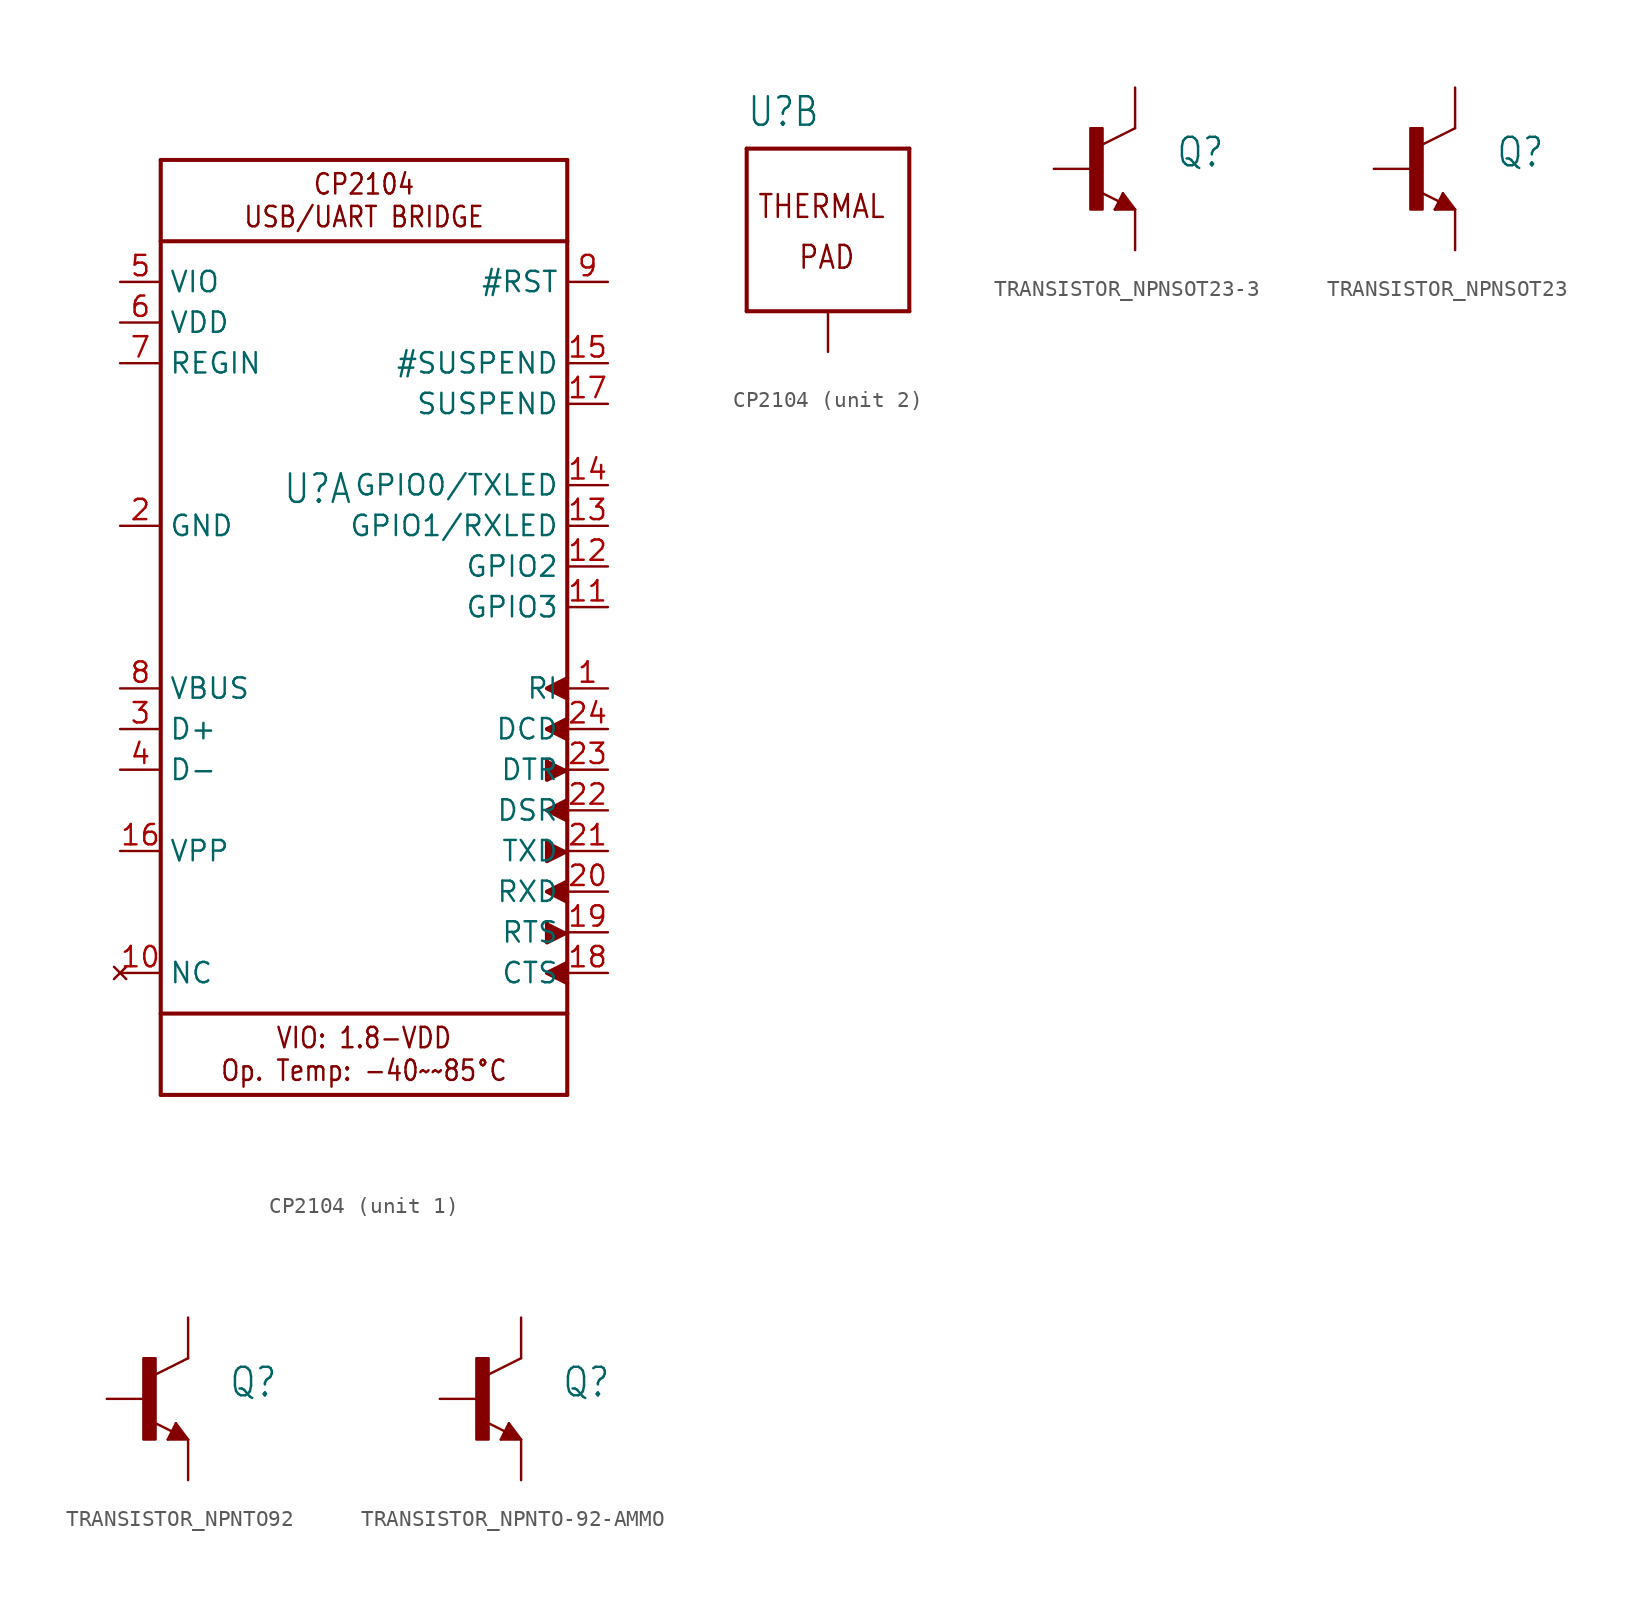
<source format=kicad_sym>
(kicad_symbol_lib
  (version 20220914)
  (generator kicad_symbol_editor)
  (symbol "CP2104"
    (property "Reference" "U"
      (at -5.08 6.35 0)
      (effects (font (size 1.778 1.511)) (justify left bottom)))
    (property "ki_locked" ""
      (at 0 0 0)
      (effects (font (size 1.27 1.27))))
    (symbol "CP2104_1_0"
      (polyline (pts (xy -12.7 -30.48) (xy 12.7 -30.48)) (stroke (width 0.254) (type solid)) (fill (type none)))
      (polyline (pts (xy -12.7 -25.4) (xy -12.7 -30.48)) (stroke (width 0.254) (type solid)) (fill (type none)))
      (polyline (pts (xy -12.7 -25.4) (xy -12.7 22.86)) (stroke (width 0.254) (type solid)) (fill (type none)))
      (polyline (pts (xy -12.7 22.86) (xy -12.7 27.94)) (stroke (width 0.254) (type solid)) (fill (type none)))
      (polyline (pts (xy -12.7 22.86) (xy 12.7 22.86)) (stroke (width 0.254) (type solid)) (fill (type none)))
      (polyline (pts (xy -12.7 27.94) (xy 12.7 27.94)) (stroke (width 0.254) (type solid)) (fill (type none)))
      (polyline (pts (xy 12.7 -30.48) (xy 12.7 -25.4)) (stroke (width 0.254) (type solid)) (fill (type none)))
      (polyline (pts (xy 12.7 -25.4) (xy -12.7 -25.4)) (stroke (width 0.254) (type solid)) (fill (type none)))
      (polyline (pts (xy 12.7 22.86) (xy 12.7 -25.4)) (stroke (width 0.254) (type solid)) (fill (type none)))
      (polyline (pts (xy 12.7 27.94) (xy 12.7 22.86)) (stroke (width 0.254) (type solid)) (fill (type none)))
      (polyline (pts (xy 11.43 -19.685) (xy 11.43 -20.955) (xy 12.7 -20.32)) (stroke (width 0.254) (type solid)) (fill (type outline)))
      (polyline (pts (xy 11.43 -14.605) (xy 11.43 -15.875) (xy 12.7 -15.24)) (stroke (width 0.254) (type solid)) (fill (type outline)))
      (polyline (pts (xy 11.43 -9.525) (xy 11.43 -10.795) (xy 12.7 -10.16)) (stroke (width 0.254) (type solid)) (fill (type outline)))
      (polyline (pts (xy 12.7 -22.225) (xy 11.43 -22.86) (xy 12.7 -23.495)) (stroke (width 0.254) (type solid)) (fill (type outline)))
      (polyline (pts (xy 12.7 -17.145) (xy 11.43 -17.78) (xy 12.7 -18.415)) (stroke (width 0.254) (type solid)) (fill (type outline)))
      (polyline (pts (xy 12.7 -12.065) (xy 11.43 -12.7) (xy 12.7 -13.335)) (stroke (width 0.254) (type solid)) (fill (type outline)))
      (polyline (pts (xy 12.7 -6.985) (xy 11.43 -7.62) (xy 12.7 -8.255)) (stroke (width 0.254) (type solid)) (fill (type outline)))
      (polyline (pts (xy 12.7 -4.445) (xy 11.43 -5.08) (xy 12.7 -5.715)) (stroke (width 0.254) (type solid)) (fill (type outline)))
      (text "CP2104\nUSB/UART BRIDGE" (at 0 25.4 0) (effects (font (size 1.27 1.079))))
      (text "VIO: 1.8-VDD\nOp. Temp: -40~~85°C" (at 0 -27.94 0) (effects (font (size 1.27 1.079))))
      (pin input line (at 15.24 -5.08 180) (length 2.54) (name "RI" (effects (font (size 1.27 1.27)))) (number "1" (effects (font (size 1.27 1.27)))))
      (pin no_connect line (at -15.24 -22.86 0) (length 2.54) (name "NC" (effects (font (size 1.27 1.27)))) (number "10" (effects (font (size 1.27 1.27)))))
      (pin bidirectional line (at 15.24 0 180) (length 2.54) (name "GPIO3" (effects (font (size 1.27 1.27)))) (number "11" (effects (font (size 1.27 1.27)))))
      (pin bidirectional line (at 15.24 2.54 180) (length 2.54) (name "GPIO2" (effects (font (size 1.27 1.27)))) (number "12" (effects (font (size 1.27 1.27)))))
      (pin bidirectional line (at 15.24 5.08 180) (length 2.54) (name "GPIO1/RXLED" (effects (font (size 1.27 1.27)))) (number "13" (effects (font (size 1.27 1.27)))))
      (pin bidirectional line (at 15.24 7.62 180) (length 2.54) (name "GPIO0/TXLED" (effects (font (size 1.27 1.27)))) (number "14" (effects (font (size 1.27 1.27)))))
      (pin output line (at 15.24 15.24 180) (length 2.54) (name "#SUSPEND" (effects (font (size 1.27 1.27)))) (number "15" (effects (font (size 1.27 1.27)))))
      (pin bidirectional line (at -15.24 -15.24 0) (length 2.54) (name "VPP" (effects (font (size 1.27 1.27)))) (number "16" (effects (font (size 1.27 1.27)))))
      (pin output line (at 15.24 12.7 180) (length 2.54) (name "SUSPEND" (effects (font (size 1.27 1.27)))) (number "17" (effects (font (size 1.27 1.27)))))
      (pin input line (at 15.24 -22.86 180) (length 2.54) (name "CTS" (effects (font (size 1.27 1.27)))) (number "18" (effects (font (size 1.27 1.27)))))
      (pin output line (at 15.24 -20.32 180) (length 2.54) (name "RTS" (effects (font (size 1.27 1.27)))) (number "19" (effects (font (size 1.27 1.27)))))
      (pin power_in line (at -15.24 5.08 0) (length 2.54) (name "GND" (effects (font (size 1.27 1.27)))) (number "2" (effects (font (size 1.27 1.27)))))
      (pin input line (at 15.24 -17.78 180) (length 2.54) (name "RXD" (effects (font (size 1.27 1.27)))) (number "20" (effects (font (size 1.27 1.27)))))
      (pin output line (at 15.24 -15.24 180) (length 2.54) (name "TXD" (effects (font (size 1.27 1.27)))) (number "21" (effects (font (size 1.27 1.27)))))
      (pin input line (at 15.24 -12.7 180) (length 2.54) (name "DSR" (effects (font (size 1.27 1.27)))) (number "22" (effects (font (size 1.27 1.27)))))
      (pin output line (at 15.24 -10.16 180) (length 2.54) (name "DTR" (effects (font (size 1.27 1.27)))) (number "23" (effects (font (size 1.27 1.27)))))
      (pin input line (at 15.24 -7.62 180) (length 2.54) (name "DCD" (effects (font (size 1.27 1.27)))) (number "24" (effects (font (size 1.27 1.27)))))
      (pin bidirectional line (at -15.24 -7.62 0) (length 2.54) (name "D+" (effects (font (size 1.27 1.27)))) (number "3" (effects (font (size 1.27 1.27)))))
      (pin bidirectional line (at -15.24 -10.16 0) (length 2.54) (name "D-" (effects (font (size 1.27 1.27)))) (number "4" (effects (font (size 1.27 1.27)))))
      (pin power_in line (at -15.24 20.32 0) (length 2.54) (name "VIO" (effects (font (size 1.27 1.27)))) (number "5" (effects (font (size 1.27 1.27)))))
      (pin power_in line (at -15.24 17.78 0) (length 2.54) (name "VDD" (effects (font (size 1.27 1.27)))) (number "6" (effects (font (size 1.27 1.27)))))
      (pin power_in line (at -15.24 15.24 0) (length 2.54) (name "REGIN" (effects (font (size 1.27 1.27)))) (number "7" (effects (font (size 1.27 1.27)))))
      (pin power_in line (at -15.24 -5.08 0) (length 2.54) (name "VBUS" (effects (font (size 1.27 1.27)))) (number "8" (effects (font (size 1.27 1.27)))))
      (pin bidirectional line (at 15.24 20.32 180) (length 2.54) (name "#RST" (effects (font (size 1.27 1.27)))) (number "9" (effects (font (size 1.27 1.27))))))
    (symbol "CP2104_2_0"
      (polyline (pts (xy -5.08 -5.08) (xy -5.08 5.08)) (stroke (width 0.254) (type solid)) (fill (type none)))
      (polyline (pts (xy -5.08 5.08) (xy 5.08 5.08)) (stroke (width 0.254) (type solid)) (fill (type none)))
      (polyline (pts (xy 5.08 -5.08) (xy -5.08 -5.08)) (stroke (width 0.254) (type solid)) (fill (type none)))
      (polyline (pts (xy 5.08 5.08) (xy 5.08 -5.08)) (stroke (width 0.254) (type solid)) (fill (type none)))
      (text "PAD" (at -1.905 -2.54 0) (effects (font (size 1.422 1.209)) (justify left bottom)))
      (text "THERMAL" (at -4.445 0.635 0) (effects (font (size 1.422 1.209)) (justify left bottom)))
      (pin power_in line (at 0 -7.62 90) (length 2.54) (name "TP" (effects (font (size 0 0)))) (number "THERM" (effects (font (size 0 0)))))))
  (symbol "TRANSISTOR_NPNSOT23-3"
    (property "Reference" "Q"
      (at 5.08 0 0)
      (effects (font (size 1.778 1.511)) (justify left bottom)))
    (property "Value" ""
      (at 5.08 -2.54 0)
      (effects (font (size 1.778 1.511)) (justify left bottom)))
    (property "ki_locked" ""
      (at 0 0 0)
      (effects (font (size 1.27 1.27))))
    (symbol "TRANSISTOR_NPNSOT23-3_1_0"
      (rectangle (start -0.254 -2.54) (end 0.508 2.54) (stroke (width 0) (type default)) (fill (type outline)))
      (polyline (pts (xy 1.27 -2.54) (xy 1.778 -1.524)) (stroke (width 0.152) (type solid)) (fill (type none)))
      (polyline (pts (xy 1.524 -2.413) (xy 2.286 -2.413)) (stroke (width 0.254) (type solid)) (fill (type none)))
      (polyline (pts (xy 1.524 -2.286) (xy 1.905 -2.286)) (stroke (width 0.254) (type solid)) (fill (type none)))
      (polyline (pts (xy 1.54 -2.04) (xy 0.308 -1.424)) (stroke (width 0.152) (type solid)) (fill (type none)))
      (polyline (pts (xy 1.778 -1.778) (xy 1.524 -2.286)) (stroke (width 0.254) (type solid)) (fill (type none)))
      (polyline (pts (xy 1.778 -1.524) (xy 2.54 -2.54)) (stroke (width 0.152) (type solid)) (fill (type none)))
      (polyline (pts (xy 1.905 -2.286) (xy 1.778 -2.032)) (stroke (width 0.254) (type solid)) (fill (type none)))
      (polyline (pts (xy 2.286 -2.413) (xy 1.778 -1.778)) (stroke (width 0.254) (type solid)) (fill (type none)))
      (polyline (pts (xy 2.54 -2.54) (xy 1.27 -2.54)) (stroke (width 0.152) (type solid)) (fill (type none)))
      (polyline (pts (xy 2.54 2.54) (xy 0.508 1.524)) (stroke (width 0.152) (type solid)) (fill (type none)))
      (pin passive line (at -2.54 0 0) (length 2.54) (name "B" (effects (font (size 0 0)))) (number "1" (effects (font (size 0 0)))))
      (pin passive line (at 2.54 -5.08 90) (length 2.54) (name "E" (effects (font (size 0 0)))) (number "2" (effects (font (size 0 0)))))
      (pin passive line (at 2.54 5.08 270) (length 2.54) (name "C" (effects (font (size 0 0)))) (number "3" (effects (font (size 0 0)))))))
  (symbol "TRANSISTOR_NPNSOT23"
    (property "Reference" "Q"
      (at 5.08 0 0)
      (effects (font (size 1.778 1.511)) (justify left bottom)))
    (property "Value" ""
      (at 5.08 -2.54 0)
      (effects (font (size 1.778 1.511)) (justify left bottom)))
    (property "ki_locked" ""
      (at 0 0 0)
      (effects (font (size 1.27 1.27))))
    (symbol "TRANSISTOR_NPNSOT23_1_0"
      (rectangle (start -0.254 -2.54) (end 0.508 2.54) (stroke (width 0) (type default)) (fill (type outline)))
      (polyline (pts (xy 1.27 -2.54) (xy 1.778 -1.524)) (stroke (width 0.152) (type solid)) (fill (type none)))
      (polyline (pts (xy 1.524 -2.413) (xy 2.286 -2.413)) (stroke (width 0.254) (type solid)) (fill (type none)))
      (polyline (pts (xy 1.524 -2.286) (xy 1.905 -2.286)) (stroke (width 0.254) (type solid)) (fill (type none)))
      (polyline (pts (xy 1.54 -2.04) (xy 0.308 -1.424)) (stroke (width 0.152) (type solid)) (fill (type none)))
      (polyline (pts (xy 1.778 -1.778) (xy 1.524 -2.286)) (stroke (width 0.254) (type solid)) (fill (type none)))
      (polyline (pts (xy 1.778 -1.524) (xy 2.54 -2.54)) (stroke (width 0.152) (type solid)) (fill (type none)))
      (polyline (pts (xy 1.905 -2.286) (xy 1.778 -2.032)) (stroke (width 0.254) (type solid)) (fill (type none)))
      (polyline (pts (xy 2.286 -2.413) (xy 1.778 -1.778)) (stroke (width 0.254) (type solid)) (fill (type none)))
      (polyline (pts (xy 2.54 -2.54) (xy 1.27 -2.54)) (stroke (width 0.152) (type solid)) (fill (type none)))
      (polyline (pts (xy 2.54 2.54) (xy 0.508 1.524)) (stroke (width 0.152) (type solid)) (fill (type none)))
      (pin passive line (at -2.54 0 0) (length 2.54) (name "B" (effects (font (size 0 0)))) (number "1" (effects (font (size 0 0)))))
      (pin passive line (at 2.54 -5.08 90) (length 2.54) (name "E" (effects (font (size 0 0)))) (number "2" (effects (font (size 0 0)))))
      (pin passive line (at 2.54 5.08 270) (length 2.54) (name "C" (effects (font (size 0 0)))) (number "3" (effects (font (size 0 0)))))))
  (symbol "TRANSISTOR_NPNTO92"
    (property "Reference" "Q"
      (at 5.08 0 0)
      (effects (font (size 1.778 1.511)) (justify left bottom)))
    (property "Value" ""
      (at 5.08 -2.54 0)
      (effects (font (size 1.778 1.511)) (justify left bottom)))
    (property "ki_locked" ""
      (at 0 0 0)
      (effects (font (size 1.27 1.27))))
    (symbol "TRANSISTOR_NPNTO92_1_0"
      (rectangle (start -0.254 -2.54) (end 0.508 2.54) (stroke (width 0) (type default)) (fill (type outline)))
      (polyline (pts (xy 1.27 -2.54) (xy 1.778 -1.524)) (stroke (width 0.152) (type solid)) (fill (type none)))
      (polyline (pts (xy 1.524 -2.413) (xy 2.286 -2.413)) (stroke (width 0.254) (type solid)) (fill (type none)))
      (polyline (pts (xy 1.524 -2.286) (xy 1.905 -2.286)) (stroke (width 0.254) (type solid)) (fill (type none)))
      (polyline (pts (xy 1.54 -2.04) (xy 0.308 -1.424)) (stroke (width 0.152) (type solid)) (fill (type none)))
      (polyline (pts (xy 1.778 -1.778) (xy 1.524 -2.286)) (stroke (width 0.254) (type solid)) (fill (type none)))
      (polyline (pts (xy 1.778 -1.524) (xy 2.54 -2.54)) (stroke (width 0.152) (type solid)) (fill (type none)))
      (polyline (pts (xy 1.905 -2.286) (xy 1.778 -2.032)) (stroke (width 0.254) (type solid)) (fill (type none)))
      (polyline (pts (xy 2.286 -2.413) (xy 1.778 -1.778)) (stroke (width 0.254) (type solid)) (fill (type none)))
      (polyline (pts (xy 2.54 -2.54) (xy 1.27 -2.54)) (stroke (width 0.152) (type solid)) (fill (type none)))
      (polyline (pts (xy 2.54 2.54) (xy 0.508 1.524)) (stroke (width 0.152) (type solid)) (fill (type none)))
      (pin passive line (at 2.54 -5.08 90) (length 2.54) (name "E" (effects (font (size 0 0)))) (number "1" (effects (font (size 0 0)))))
      (pin passive line (at -2.54 0 0) (length 2.54) (name "B" (effects (font (size 0 0)))) (number "2" (effects (font (size 0 0)))))
      (pin passive line (at 2.54 5.08 270) (length 2.54) (name "C" (effects (font (size 0 0)))) (number "3" (effects (font (size 0 0)))))))
  (symbol "TRANSISTOR_NPNTO-92-AMMO"
    (property "Reference" "Q"
      (at 5.08 0 0)
      (effects (font (size 1.778 1.511)) (justify left bottom)))
    (property "Value" ""
      (at 5.08 -2.54 0)
      (effects (font (size 1.778 1.511)) (justify left bottom)))
    (property "ki_locked" ""
      (at 0 0 0)
      (effects (font (size 1.27 1.27))))
    (symbol "TRANSISTOR_NPNTO-92-AMMO_1_0"
      (rectangle (start -0.254 -2.54) (end 0.508 2.54) (stroke (width 0) (type default)) (fill (type outline)))
      (polyline (pts (xy 1.27 -2.54) (xy 1.778 -1.524)) (stroke (width 0.152) (type solid)) (fill (type none)))
      (polyline (pts (xy 1.524 -2.413) (xy 2.286 -2.413)) (stroke (width 0.254) (type solid)) (fill (type none)))
      (polyline (pts (xy 1.524 -2.286) (xy 1.905 -2.286)) (stroke (width 0.254) (type solid)) (fill (type none)))
      (polyline (pts (xy 1.54 -2.04) (xy 0.308 -1.424)) (stroke (width 0.152) (type solid)) (fill (type none)))
      (polyline (pts (xy 1.778 -1.778) (xy 1.524 -2.286)) (stroke (width 0.254) (type solid)) (fill (type none)))
      (polyline (pts (xy 1.778 -1.524) (xy 2.54 -2.54)) (stroke (width 0.152) (type solid)) (fill (type none)))
      (polyline (pts (xy 1.905 -2.286) (xy 1.778 -2.032)) (stroke (width 0.254) (type solid)) (fill (type none)))
      (polyline (pts (xy 2.286 -2.413) (xy 1.778 -1.778)) (stroke (width 0.254) (type solid)) (fill (type none)))
      (polyline (pts (xy 2.54 -2.54) (xy 1.27 -2.54)) (stroke (width 0.152) (type solid)) (fill (type none)))
      (polyline (pts (xy 2.54 2.54) (xy 0.508 1.524)) (stroke (width 0.152) (type solid)) (fill (type none)))
      (pin passive line (at 2.54 -5.08 90) (length 2.54) (name "E" (effects (font (size 0 0)))) (number "1" (effects (font (size 0 0)))))
      (pin passive line (at -2.54 0 0) (length 2.54) (name "B" (effects (font (size 0 0)))) (number "2" (effects (font (size 0 0)))))
      (pin passive line (at 2.54 5.08 270) (length 2.54) (name "C" (effects (font (size 0 0)))) (number "3" (effects (font (size 0 0))))))))
</source>
